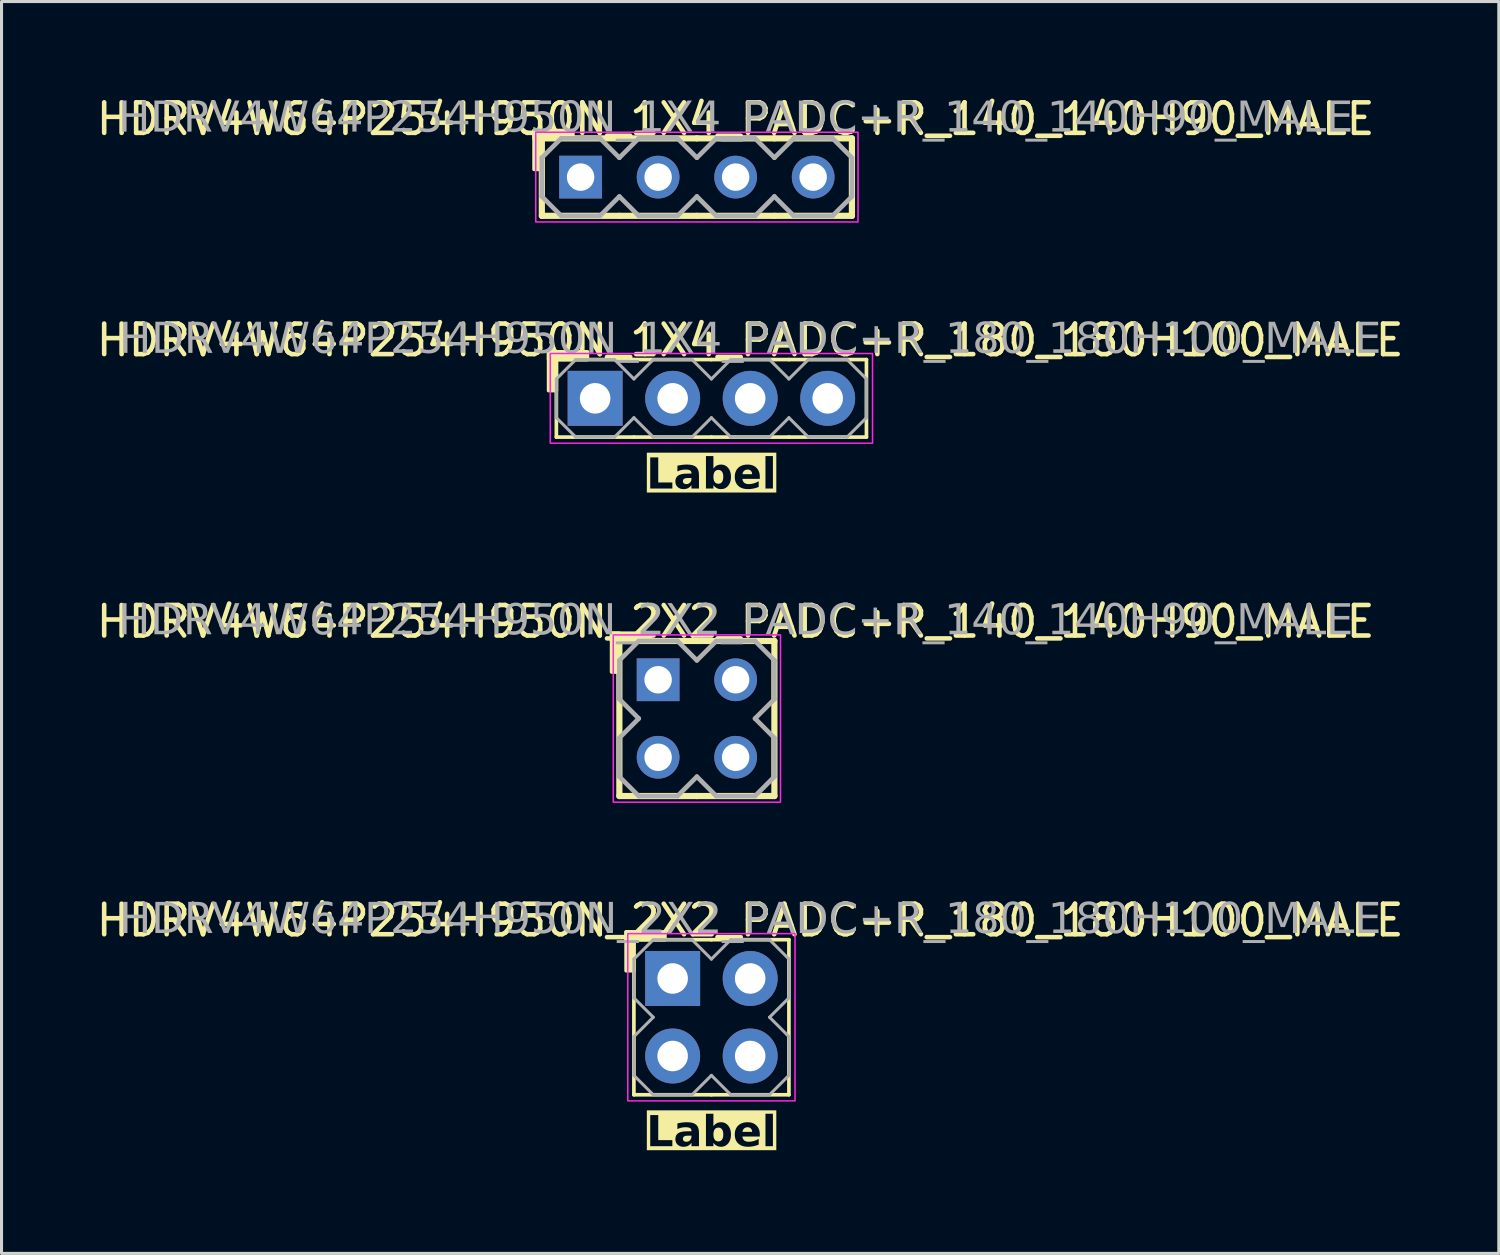
<source format=kicad_pcb>
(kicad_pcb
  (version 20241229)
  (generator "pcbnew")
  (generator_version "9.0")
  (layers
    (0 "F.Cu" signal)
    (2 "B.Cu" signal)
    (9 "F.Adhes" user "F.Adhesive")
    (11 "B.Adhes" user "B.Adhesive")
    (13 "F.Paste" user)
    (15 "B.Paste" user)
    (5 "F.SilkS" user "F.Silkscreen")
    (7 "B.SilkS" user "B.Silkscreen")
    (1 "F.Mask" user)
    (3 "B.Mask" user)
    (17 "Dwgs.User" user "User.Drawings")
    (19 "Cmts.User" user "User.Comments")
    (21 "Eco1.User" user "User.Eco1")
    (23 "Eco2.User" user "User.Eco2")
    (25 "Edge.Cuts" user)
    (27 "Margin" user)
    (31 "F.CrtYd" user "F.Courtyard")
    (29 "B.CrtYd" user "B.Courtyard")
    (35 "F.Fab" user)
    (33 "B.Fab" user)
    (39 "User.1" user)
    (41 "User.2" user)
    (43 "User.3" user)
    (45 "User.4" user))
  (footprint "HDRV4W64P254H950N_2X2_PADC+R_180_180H100_MALE"
    (layer "F.Cu")
    (at 20.26 30.281)
    (property "Reference" "HDRV4W64P254H950N_2X2_PADC+R_180_180H100_MALE" (at 1.27 -3.175 0) (layer "F.SilkS") (effects (font (size 1 1) (thickness 0.15))))
    (property "Label" "Label" (at 0 3.81 0) (layer "F.SilkS" knockout) (effects (font (face "Tahoma") (size 1 1) (thickness 0.2) (bold yes))))
    (attr through_hole)
    (fp_line (start -2.54 2.54) (end -2.54 -2.54) (stroke (width 0.12) (type solid)) (layer "F.SilkS"))
    (fp_line (start 0 -2.54) (end -2.54 -2.54) (stroke (width 0.12) (type solid)) (layer "F.SilkS"))
    (fp_line (start 0 2.54) (end -2.54 2.54) (stroke (width 0.12) (type solid)) (layer "F.SilkS"))
    (fp_line (start 2.54 -2.54) (end 0 -2.54) (stroke (width 0.12) (type solid)) (layer "F.SilkS"))
    (fp_line (start 2.54 2.54) (end 0 2.54) (stroke (width 0.12) (type solid)) (layer "F.SilkS"))
    (fp_line (start 2.54 2.54) (end 2.54 -2.54) (stroke (width 0.12) (type solid)) (layer "F.SilkS"))
    (fp_rect (start -2.794 -1.524) (end -2.54 -2.794) (stroke (width 0.12) (type solid)) (fill yes) (layer "F.SilkS"))
    (fp_rect (start -1.524 -2.54) (end -2.794 -2.794) (stroke (width 0.12) (type solid)) (fill yes) (layer "F.SilkS"))
    (fp_rect (start -2.74 -2.74) (end 2.74 2.74) (stroke (width 0.05) (type default)) (fill no) (layer "F.CrtYd"))
    (fp_line (start -2.54 -1.905) (end -2.54 -0.635) (stroke (width 0.1) (type solid)) (layer "F.Fab"))
    (fp_line (start -2.54 -1.905) (end -1.905 -2.54) (stroke (width 0.1) (type solid)) (layer "F.Fab"))
    (fp_line (start -2.54 0.635) (end -2.54 1.905) (stroke (width 0.1) (type solid)) (layer "F.Fab"))
    (fp_line (start -1.905 -2.54) (end -0.635 -2.54) (stroke (width 0.1) (type solid)) (layer "F.Fab"))
    (fp_line (start -1.905 0) (end -2.54 -0.635) (stroke (width 0.1) (type solid)) (layer "F.Fab"))
    (fp_line (start -1.905 0) (end -2.54 0.635) (stroke (width 0.1) (type solid)) (layer "F.Fab"))
    (fp_line (start -1.905 2.54) (end -2.54 1.905) (stroke (width 0.1) (type solid)) (layer "F.Fab"))
    (fp_line (start -0.635 -2.54) (end 0 -1.905) (stroke (width 0.1) (type solid)) (layer "F.Fab"))
    (fp_line (start -0.635 2.54) (end -1.905 2.54) (stroke (width 0.1) (type solid)) (layer "F.Fab"))
    (fp_line (start 0 -1.905) (end 0.635 -2.54) (stroke (width 0.1) (type solid)) (layer "F.Fab"))
    (fp_line (start 0 1.905) (end -0.635 2.54) (stroke (width 0.1) (type solid)) (layer "F.Fab"))
    (fp_line (start 0.635 -2.54) (end 1.905 -2.54) (stroke (width 0.1) (type solid)) (layer "F.Fab"))
    (fp_line (start 0.635 2.54) (end 0 1.905) (stroke (width 0.1) (type solid)) (layer "F.Fab"))
    (fp_line (start 1.905 -2.54) (end 2.54 -1.905) (stroke (width 0.1) (type solid)) (layer "F.Fab"))
    (fp_line (start 1.905 0) (end 2.54 0.635) (stroke (width 0.1) (type solid)) (layer "F.Fab"))
    (fp_line (start 1.905 2.54) (end 0.635 2.54) (stroke (width 0.1) (type solid)) (layer "F.Fab"))
    (fp_line (start 2.54 -1.905) (end 2.54 -0.635) (stroke (width 0.1) (type solid)) (layer "F.Fab"))
    (fp_line (start 2.54 -0.635) (end 1.905 0) (stroke (width 0.1) (type solid)) (layer "F.Fab"))
    (fp_line (start 2.54 0.635) (end 2.54 1.905) (stroke (width 0.1) (type solid)) (layer "F.Fab"))
    (fp_line (start 2.54 1.905) (end 1.905 2.54) (stroke (width 0.1) (type solid)) (layer "F.Fab"))
    (fp_rect (start -1.016 -1.524) (end -1.524 -1.016) (stroke (width 0.1) (type solid)) (fill no) (layer "F.Fab"))
    (fp_rect (start -1.016 1.016) (end -1.524 1.524) (stroke (width 0.1) (type solid)) (fill no) (layer "F.Fab"))
    (fp_rect (start 1.524 -1.524) (end 1.016 -1.016) (stroke (width 0.1) (type solid)) (fill no) (layer "F.Fab"))
    (fp_rect (start 1.524 1.016) (end 1.016 1.524) (stroke (width 0.1) (type solid)) (fill no) (layer "F.Fab"))
    (fp_text user "${REFERENCE}" (at 1.27 -3.175 0) (layer "F.Fab") (effects (font (face "Tahoma") (size 1 1) (thickness 0.15))))
    (pad "1" thru_hole rect (at -1.27 -1.27) (size 1.8 1.8) (drill 1) (layers "*.Cu" "*.Mask"))
    (pad "2" thru_hole circle (at -1.27 1.27) (size 1.8 1.8) (drill 1) (layers "*.Cu" "*.Mask"))
    (pad "3" thru_hole circle (at 1.27 -1.27) (size 1.8 1.8) (drill 1) (layers "*.Cu" "*.Mask"))
    (pad "4" thru_hole circle (at 1.27 1.27) (size 1.8 1.8) (drill 1) (layers "*.Cu" "*.Mask")))
  (footprint "HDRV4W64P254H950N_1X4_PADC+R_140_140H90_MALE"
    (layer "F.Cu")
    (at 19.784 2.753)
    (property "Reference" "HDRV4W64P254H950N_1X4_PADC+R_140_140H90_MALE" (at 1.27 -1.905 0) (layer "F.SilkS") (effects (font (size 1 1) (thickness 0.15))))
    (attr through_hole)
    (fp_line (start -5.08 1.27) (end -5.08 -1.27) (stroke (width 0.203) (type solid)) (layer "F.SilkS"))
    (fp_line (start -2.54 -1.27) (end -5.08 -1.27) (stroke (width 0.203) (type solid)) (layer "F.SilkS"))
    (fp_line (start -2.54 1.27) (end -5.08 1.27) (stroke (width 0.203) (type solid)) (layer "F.SilkS"))
    (fp_line (start 0 -1.27) (end -2.54 -1.27) (stroke (width 0.203) (type solid)) (layer "F.SilkS"))
    (fp_line (start 0 1.27) (end -2.54 1.27) (stroke (width 0.203) (type solid)) (layer "F.SilkS"))
    (fp_line (start 2.54 -1.27) (end 0 -1.27) (stroke (width 0.203) (type solid)) (layer "F.SilkS"))
    (fp_line (start 2.54 1.27) (end 0 1.27) (stroke (width 0.203) (type solid)) (layer "F.SilkS"))
    (fp_line (start 5.08 -1.27) (end 2.54 -1.27) (stroke (width 0.203) (type solid)) (layer "F.SilkS"))
    (fp_line (start 5.08 1.27) (end 2.54 1.27) (stroke (width 0.203) (type solid)) (layer "F.SilkS"))
    (fp_line (start 5.08 1.27) (end 5.08 -1.27) (stroke (width 0.203) (type solid)) (layer "F.SilkS"))
    (fp_rect (start -5.334 -0.254) (end -5.08 -1.524) (stroke (width 0.12) (type solid)) (fill yes) (layer "F.SilkS"))
    (fp_rect (start -4.064 -1.27) (end -5.334 -1.524) (stroke (width 0.12) (type solid)) (fill yes) (layer "F.SilkS"))
    (fp_rect (start -5.28 -1.47) (end 5.28 1.47) (stroke (width 0.05) (type default)) (fill no) (layer "F.CrtYd"))
    (fp_line (start -5.08 -0.635) (end -5.08 0.635) (stroke (width 0.152) (type solid)) (layer "F.Fab"))
    (fp_line (start -5.08 -0.635) (end -4.445 -1.27) (stroke (width 0.152) (type solid)) (layer "F.Fab"))
    (fp_line (start -4.445 -1.27) (end -3.175 -1.27) (stroke (width 0.152) (type solid)) (layer "F.Fab"))
    (fp_line (start -4.445 1.27) (end -5.08 0.635) (stroke (width 0.152) (type solid)) (layer "F.Fab"))
    (fp_line (start -3.175 -1.27) (end -2.54 -0.635) (stroke (width 0.152) (type solid)) (layer "F.Fab"))
    (fp_line (start -3.175 1.27) (end -4.445 1.27) (stroke (width 0.152) (type solid)) (layer "F.Fab"))
    (fp_line (start -2.54 -0.635) (end -1.905 -1.27) (stroke (width 0.152) (type solid)) (layer "F.Fab"))
    (fp_line (start -2.54 0.635) (end -3.175 1.27) (stroke (width 0.152) (type solid)) (layer "F.Fab"))
    (fp_line (start -1.905 -1.27) (end -0.635 -1.27) (stroke (width 0.152) (type solid)) (layer "F.Fab"))
    (fp_line (start -1.905 1.27) (end -2.54 0.635) (stroke (width 0.152) (type solid)) (layer "F.Fab"))
    (fp_line (start -0.635 -1.27) (end 0 -0.635) (stroke (width 0.152) (type solid)) (layer "F.Fab"))
    (fp_line (start -0.635 1.27) (end -1.905 1.27) (stroke (width 0.152) (type solid)) (layer "F.Fab"))
    (fp_line (start 0 -0.635) (end 0.635 -1.27) (stroke (width 0.152) (type solid)) (layer "F.Fab"))
    (fp_line (start 0 0.635) (end -0.635 1.27) (stroke (width 0.152) (type solid)) (layer "F.Fab"))
    (fp_line (start 0.635 -1.27) (end 1.905 -1.27) (stroke (width 0.152) (type solid)) (layer "F.Fab"))
    (fp_line (start 0.635 1.27) (end 0 0.635) (stroke (width 0.152) (type solid)) (layer "F.Fab"))
    (fp_line (start 1.905 -1.27) (end 2.54 -0.635) (stroke (width 0.152) (type solid)) (layer "F.Fab"))
    (fp_line (start 1.905 1.27) (end 0.635 1.27) (stroke (width 0.152) (type solid)) (layer "F.Fab"))
    (fp_line (start 2.54 -0.635) (end 3.175 -1.27) (stroke (width 0.152) (type solid)) (layer "F.Fab"))
    (fp_line (start 2.54 0.635) (end 1.905 1.27) (stroke (width 0.152) (type solid)) (layer "F.Fab"))
    (fp_line (start 3.175 -1.27) (end 4.445 -1.27) (stroke (width 0.152) (type solid)) (layer "F.Fab"))
    (fp_line (start 3.175 1.27) (end 2.54 0.635) (stroke (width 0.152) (type solid)) (layer "F.Fab"))
    (fp_line (start 4.445 -1.27) (end 5.08 -0.635) (stroke (width 0.152) (type solid)) (layer "F.Fab"))
    (fp_line (start 4.445 1.27) (end 3.175 1.27) (stroke (width 0.152) (type solid)) (layer "F.Fab"))
    (fp_line (start 5.08 -0.635) (end 5.08 0.635) (stroke (width 0.152) (type solid)) (layer "F.Fab"))
    (fp_line (start 5.08 0.635) (end 4.445 1.27) (stroke (width 0.152) (type solid)) (layer "F.Fab"))
    (fp_rect (start -3.556 -0.254) (end -4.064 0.254) (stroke (width 0.152) (type solid)) (fill no) (layer "F.Fab"))
    (fp_rect (start -1.016 -0.254) (end -1.524 0.254) (stroke (width 0.152) (type solid)) (fill no) (layer "F.Fab"))
    (fp_rect (start 1.524 -0.254) (end 1.016 0.254) (stroke (width 0.152) (type solid)) (fill no) (layer "F.Fab"))
    (fp_rect (start 4.064 -0.254) (end 3.556 0.254) (stroke (width 0.152) (type solid)) (fill no) (layer "F.Fab"))
    (fp_text user "${REFERENCE}" (at 1.27 -1.905 0) (layer "F.Fab") (effects (font (face "Tahoma") (size 1 1) (thickness 0.15))))
    (pad "1" thru_hole rect (at -3.81 0) (size 1.4 1.4) (drill 0.9) (layers "*.Cu" "*.Mask"))
    (pad "2" thru_hole circle (at -1.27 0) (size 1.4 1.4) (drill 0.9) (layers "*.Cu" "*.Mask"))
    (pad "3" thru_hole circle (at 1.27 0) (size 1.4 1.4) (drill 0.9) (layers "*.Cu" "*.Mask"))
    (pad "4" thru_hole circle (at 3.81 0) (size 1.4 1.4) (drill 0.9) (layers "*.Cu" "*.Mask")))
  (footprint "HDRV4W64P254H950N_2X2_PADC+R_140_140H90_MALE"
    (layer "F.Cu")
    (at 19.784 20.493)
    (property "Reference" "HDRV4W64P254H950N_2X2_PADC+R_140_140H90_MALE" (at 1.27 -3.175 0) (layer "F.SilkS") (effects (font (size 1 1) (thickness 0.15))))
    (attr through_hole)
    (fp_line (start -2.54 2.54) (end -2.54 -2.54) (stroke (width 0.203) (type solid)) (layer "F.SilkS"))
    (fp_line (start 0 -2.54) (end -2.54 -2.54) (stroke (width 0.203) (type solid)) (layer "F.SilkS"))
    (fp_line (start 0 2.54) (end -2.54 2.54) (stroke (width 0.203) (type solid)) (layer "F.SilkS"))
    (fp_line (start 2.54 -2.54) (end 0 -2.54) (stroke (width 0.203) (type solid)) (layer "F.SilkS"))
    (fp_line (start 2.54 2.54) (end 0 2.54) (stroke (width 0.203) (type solid)) (layer "F.SilkS"))
    (fp_line (start 2.54 2.54) (end 2.54 -2.54) (stroke (width 0.203) (type solid)) (layer "F.SilkS"))
    (fp_rect (start -2.794 -1.524) (end -2.54 -2.794) (stroke (width 0.12) (type solid)) (fill yes) (layer "F.SilkS"))
    (fp_rect (start -1.524 -2.54) (end -2.794 -2.794) (stroke (width 0.12) (type solid)) (fill yes) (layer "F.SilkS"))
    (fp_rect (start -2.74 -2.74) (end 2.74 2.74) (stroke (width 0.05) (type default)) (fill no) (layer "F.CrtYd"))
    (fp_line (start -2.54 -1.905) (end -2.54 -0.635) (stroke (width 0.152) (type solid)) (layer "F.Fab"))
    (fp_line (start -2.54 -1.905) (end -1.905 -2.54) (stroke (width 0.152) (type solid)) (layer "F.Fab"))
    (fp_line (start -2.54 0.635) (end -2.54 1.905) (stroke (width 0.152) (type solid)) (layer "F.Fab"))
    (fp_line (start -1.905 -2.54) (end -0.635 -2.54) (stroke (width 0.152) (type solid)) (layer "F.Fab"))
    (fp_line (start -1.905 0) (end -2.54 -0.635) (stroke (width 0.152) (type solid)) (layer "F.Fab"))
    (fp_line (start -1.905 0) (end -2.54 0.635) (stroke (width 0.152) (type solid)) (layer "F.Fab"))
    (fp_line (start -1.905 2.54) (end -2.54 1.905) (stroke (width 0.152) (type solid)) (layer "F.Fab"))
    (fp_line (start -0.635 -2.54) (end 0 -1.905) (stroke (width 0.152) (type solid)) (layer "F.Fab"))
    (fp_line (start -0.635 2.54) (end -1.905 2.54) (stroke (width 0.152) (type solid)) (layer "F.Fab"))
    (fp_line (start 0 -1.905) (end 0.635 -2.54) (stroke (width 0.152) (type solid)) (layer "F.Fab"))
    (fp_line (start 0 1.905) (end -0.635 2.54) (stroke (width 0.152) (type solid)) (layer "F.Fab"))
    (fp_line (start 0.635 -2.54) (end 1.905 -2.54) (stroke (width 0.152) (type solid)) (layer "F.Fab"))
    (fp_line (start 0.635 2.54) (end 0 1.905) (stroke (width 0.152) (type solid)) (layer "F.Fab"))
    (fp_line (start 1.905 -2.54) (end 2.54 -1.905) (stroke (width 0.152) (type solid)) (layer "F.Fab"))
    (fp_line (start 1.905 0) (end 2.54 0.635) (stroke (width 0.152) (type solid)) (layer "F.Fab"))
    (fp_line (start 1.905 2.54) (end 0.635 2.54) (stroke (width 0.152) (type solid)) (layer "F.Fab"))
    (fp_line (start 2.54 -1.905) (end 2.54 -0.635) (stroke (width 0.152) (type solid)) (layer "F.Fab"))
    (fp_line (start 2.54 -0.635) (end 1.905 0) (stroke (width 0.152) (type solid)) (layer "F.Fab"))
    (fp_line (start 2.54 0.635) (end 2.54 1.905) (stroke (width 0.152) (type solid)) (layer "F.Fab"))
    (fp_line (start 2.54 1.905) (end 1.905 2.54) (stroke (width 0.152) (type solid)) (layer "F.Fab"))
    (fp_rect (start -1.016 -1.524) (end -1.524 -1.016) (stroke (width 0.152) (type solid)) (fill no) (layer "F.Fab"))
    (fp_rect (start -1.016 1.016) (end -1.524 1.524) (stroke (width 0.152) (type solid)) (fill no) (layer "F.Fab"))
    (fp_rect (start 1.524 -1.524) (end 1.016 -1.016) (stroke (width 0.152) (type solid)) (fill no) (layer "F.Fab"))
    (fp_rect (start 1.524 1.016) (end 1.016 1.524) (stroke (width 0.152) (type solid)) (fill no) (layer "F.Fab"))
    (fp_text user "${REFERENCE}" (at 1.27 -3.175 0) (layer "F.Fab") (effects (font (face "Tahoma") (size 1 1) (thickness 0.15))))
    (pad "1" thru_hole rect (at -1.27 -1.27) (size 1.4 1.4) (drill 0.9) (layers "*.Cu" "*.Mask"))
    (pad "2" thru_hole circle (at -1.27 1.27) (size 1.4 1.4) (drill 0.9) (layers "*.Cu" "*.Mask"))
    (pad "3" thru_hole circle (at 1.27 -1.27) (size 1.4 1.4) (drill 0.9) (layers "*.Cu" "*.Mask"))
    (pad "4" thru_hole circle (at 1.27 1.27) (size 1.4 1.4) (drill 0.9) (layers "*.Cu" "*.Mask")))
  (footprint "HDRV4W64P254H950N_1X4_PADC+R_180_180H100_MALE"
    (layer "F.Cu")
    (at 20.26 10.002)
    (property "Reference" "HDRV4W64P254H950N_1X4_PADC+R_180_180H100_MALE" (at 1.27 -1.905 0) (layer "F.SilkS") (effects (font (size 1 1) (thickness 0.15))))
    (property "Label" "Label" (at 0 2.54 0) (layer "F.SilkS" knockout) (effects (font (face "Tahoma") (size 1 1) (thickness 0.2) (bold yes))))
    (attr through_hole)
    (fp_line (start -5.08 1.27) (end -5.08 -1.27) (stroke (width 0.12) (type solid)) (layer "F.SilkS"))
    (fp_line (start -2.54 -1.27) (end -5.08 -1.27) (stroke (width 0.12) (type solid)) (layer "F.SilkS"))
    (fp_line (start -2.54 1.27) (end -5.08 1.27) (stroke (width 0.12) (type solid)) (layer "F.SilkS"))
    (fp_line (start 0 -1.27) (end -2.54 -1.27) (stroke (width 0.12) (type solid)) (layer "F.SilkS"))
    (fp_line (start 0 1.27) (end -2.54 1.27) (stroke (width 0.12) (type solid)) (layer "F.SilkS"))
    (fp_line (start 2.54 -1.27) (end 0 -1.27) (stroke (width 0.12) (type solid)) (layer "F.SilkS"))
    (fp_line (start 2.54 1.27) (end 0 1.27) (stroke (width 0.12) (type solid)) (layer "F.SilkS"))
    (fp_line (start 5.08 -1.27) (end 2.54 -1.27) (stroke (width 0.12) (type solid)) (layer "F.SilkS"))
    (fp_line (start 5.08 1.27) (end 2.54 1.27) (stroke (width 0.12) (type solid)) (layer "F.SilkS"))
    (fp_line (start 5.08 1.27) (end 5.08 -1.27) (stroke (width 0.12) (type solid)) (layer "F.SilkS"))
    (fp_rect (start -5.334 -0.254) (end -5.08 -1.524) (stroke (width 0.12) (type solid)) (fill yes) (layer "F.SilkS"))
    (fp_rect (start -4.064 -1.27) (end -5.334 -1.524) (stroke (width 0.12) (type solid)) (fill yes) (layer "F.SilkS"))
    (fp_rect (start -5.28 -1.47) (end 5.28 1.47) (stroke (width 0.05) (type default)) (fill no) (layer "F.CrtYd"))
    (fp_line (start -5.08 -0.635) (end -5.08 0.635) (stroke (width 0.1) (type solid)) (layer "F.Fab"))
    (fp_line (start -5.08 -0.635) (end -4.445 -1.27) (stroke (width 0.1) (type solid)) (layer "F.Fab"))
    (fp_line (start -4.445 -1.27) (end -3.175 -1.27) (stroke (width 0.1) (type solid)) (layer "F.Fab"))
    (fp_line (start -4.445 1.27) (end -5.08 0.635) (stroke (width 0.1) (type solid)) (layer "F.Fab"))
    (fp_line (start -3.175 -1.27) (end -2.54 -0.635) (stroke (width 0.1) (type solid)) (layer "F.Fab"))
    (fp_line (start -3.175 1.27) (end -4.445 1.27) (stroke (width 0.1) (type solid)) (layer "F.Fab"))
    (fp_line (start -2.54 -0.635) (end -1.905 -1.27) (stroke (width 0.1) (type solid)) (layer "F.Fab"))
    (fp_line (start -2.54 0.635) (end -3.175 1.27) (stroke (width 0.1) (type solid)) (layer "F.Fab"))
    (fp_line (start -1.905 -1.27) (end -0.635 -1.27) (stroke (width 0.1) (type solid)) (layer "F.Fab"))
    (fp_line (start -1.905 1.27) (end -2.54 0.635) (stroke (width 0.1) (type solid)) (layer "F.Fab"))
    (fp_line (start -0.635 -1.27) (end 0 -0.635) (stroke (width 0.1) (type solid)) (layer "F.Fab"))
    (fp_line (start -0.635 1.27) (end -1.905 1.27) (stroke (width 0.1) (type solid)) (layer "F.Fab"))
    (fp_line (start 0 -0.635) (end 0.635 -1.27) (stroke (width 0.1) (type solid)) (layer "F.Fab"))
    (fp_line (start 0 0.635) (end -0.635 1.27) (stroke (width 0.1) (type solid)) (layer "F.Fab"))
    (fp_line (start 0.635 -1.27) (end 1.905 -1.27) (stroke (width 0.1) (type solid)) (layer "F.Fab"))
    (fp_line (start 0.635 1.27) (end 0 0.635) (stroke (width 0.1) (type solid)) (layer "F.Fab"))
    (fp_line (start 1.905 -1.27) (end 2.54 -0.635) (stroke (width 0.1) (type solid)) (layer "F.Fab"))
    (fp_line (start 1.905 1.27) (end 0.635 1.27) (stroke (width 0.1) (type solid)) (layer "F.Fab"))
    (fp_line (start 2.54 -0.635) (end 3.175 -1.27) (stroke (width 0.1) (type solid)) (layer "F.Fab"))
    (fp_line (start 2.54 0.635) (end 1.905 1.27) (stroke (width 0.1) (type solid)) (layer "F.Fab"))
    (fp_line (start 3.175 -1.27) (end 4.445 -1.27) (stroke (width 0.1) (type solid)) (layer "F.Fab"))
    (fp_line (start 3.175 1.27) (end 2.54 0.635) (stroke (width 0.1) (type solid)) (layer "F.Fab"))
    (fp_line (start 4.445 -1.27) (end 5.08 -0.635) (stroke (width 0.1) (type solid)) (layer "F.Fab"))
    (fp_line (start 4.445 1.27) (end 3.175 1.27) (stroke (width 0.1) (type solid)) (layer "F.Fab"))
    (fp_line (start 5.08 -0.635) (end 5.08 0.635) (stroke (width 0.1) (type solid)) (layer "F.Fab"))
    (fp_line (start 5.08 0.635) (end 4.445 1.27) (stroke (width 0.1) (type solid)) (layer "F.Fab"))
    (fp_rect (start -3.556 -0.254) (end -4.064 0.254) (stroke (width 0.1) (type solid)) (fill no) (layer "F.Fab"))
    (fp_rect (start -1.016 -0.254) (end -1.524 0.254) (stroke (width 0.1) (type solid)) (fill no) (layer "F.Fab"))
    (fp_rect (start 1.524 -0.254) (end 1.016 0.254) (stroke (width 0.1) (type solid)) (fill no) (layer "F.Fab"))
    (fp_rect (start 4.064 -0.254) (end 3.556 0.254) (stroke (width 0.1) (type solid)) (fill no) (layer "F.Fab"))
    (fp_text user "${REFERENCE}" (at 1.27 -1.905 0) (layer "F.Fab") (effects (font (face "Tahoma") (size 1 1) (thickness 0.15))))
    (pad "1" thru_hole rect (at -3.81 0) (size 1.8 1.8) (drill 1) (layers "*.Cu" "*.Mask"))
    (pad "2" thru_hole circle (at -1.27 0) (size 1.8 1.8) (drill 1) (layers "*.Cu" "*.Mask"))
    (pad "3" thru_hole circle (at 1.27 0) (size 1.8 1.8) (drill 1) (layers "*.Cu" "*.Mask"))
    (pad "4" thru_hole circle (at 3.81 0) (size 1.8 1.8) (drill 1) (layers "*.Cu" "*.Mask")))
  (gr_rect
    (start -3 -3)
    (end 46.06 38.019)
    (stroke (width 0.1) (type default))
    (fill no)
    (layer "Edge.Cuts")))
</source>
